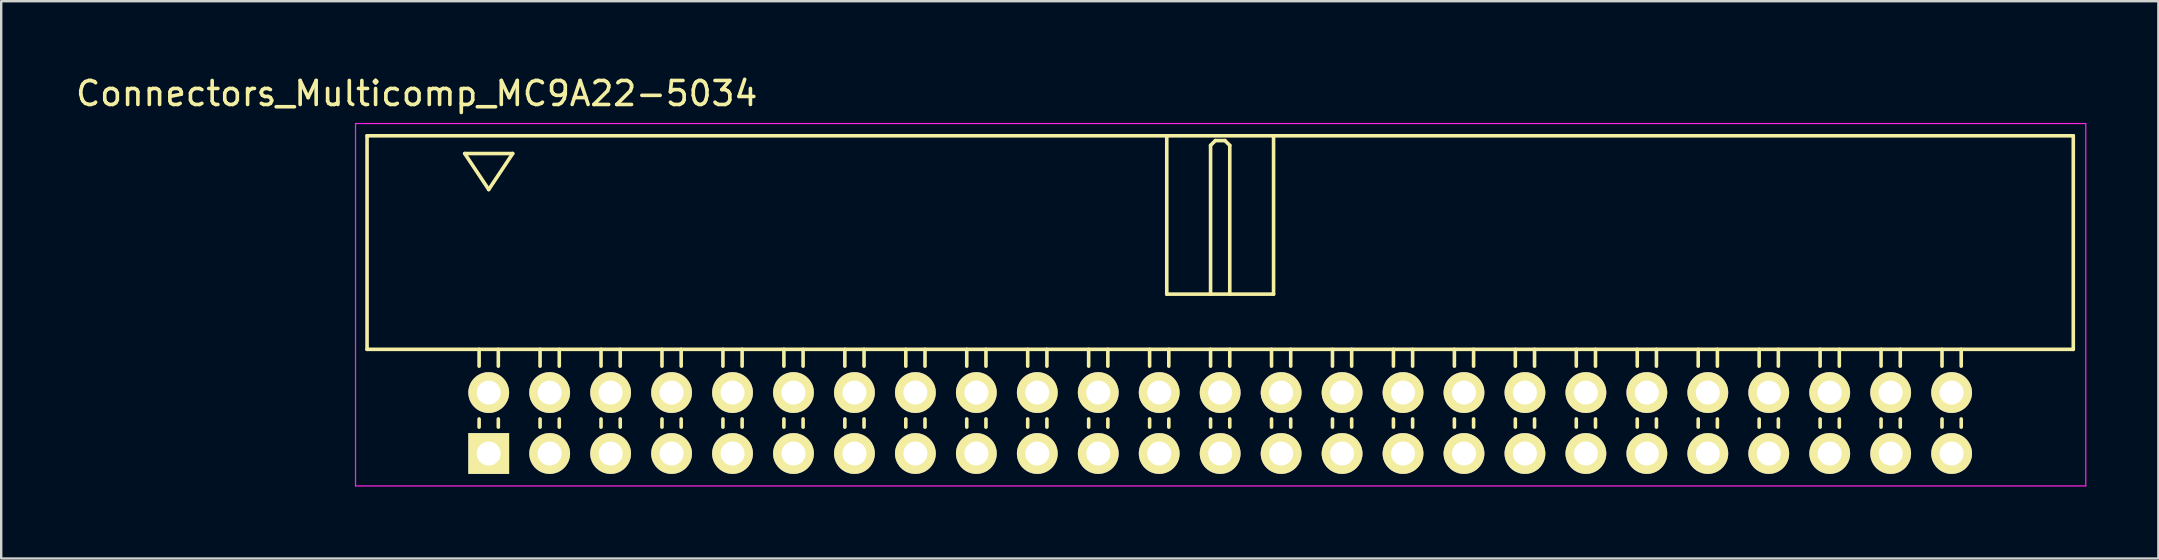
<source format=kicad_pcb>
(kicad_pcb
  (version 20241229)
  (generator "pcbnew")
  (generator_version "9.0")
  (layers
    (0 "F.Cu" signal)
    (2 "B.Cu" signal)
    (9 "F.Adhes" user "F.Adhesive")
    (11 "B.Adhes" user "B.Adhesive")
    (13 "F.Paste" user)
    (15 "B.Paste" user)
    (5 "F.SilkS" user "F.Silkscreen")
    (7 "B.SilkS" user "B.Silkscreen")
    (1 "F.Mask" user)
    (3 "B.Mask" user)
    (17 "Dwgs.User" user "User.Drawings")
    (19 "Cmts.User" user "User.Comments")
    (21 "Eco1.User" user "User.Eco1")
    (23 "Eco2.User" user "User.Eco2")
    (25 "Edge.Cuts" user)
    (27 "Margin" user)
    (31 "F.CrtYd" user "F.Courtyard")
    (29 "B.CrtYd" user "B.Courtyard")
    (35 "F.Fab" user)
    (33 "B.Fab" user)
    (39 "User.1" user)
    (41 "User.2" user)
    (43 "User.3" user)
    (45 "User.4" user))
  (footprint "Connectors_Multicomp_MC9A22-5034"
    (layer "F.Cu")
    (at 17.315 15.848)
    (property "Reference" "Connectors_Multicomp_MC9A22-5034" (at -3 -15 0) (layer "F.SilkS") (effects (font (size 1 1) (thickness 0.15))))
    (attr through_hole)
    (fp_line (start -5.07 -13.24) (end 66.03 -13.24) (stroke (width 0.15) (type solid)) (layer "F.SilkS"))
    (fp_line (start -5.07 -4.34) (end -5.07 -13.24) (stroke (width 0.15) (type solid)) (layer "F.SilkS"))
    (fp_line (start -1 -12.5) (end 1 -12.5) (stroke (width 0.15) (type solid)) (layer "F.SilkS"))
    (fp_line (start -0.4 -3.64) (end -0.4 -4.34) (stroke (width 0.15) (type solid)) (layer "F.SilkS"))
    (fp_line (start -0.4 -1.1) (end -0.4 -1.44) (stroke (width 0.15) (type solid)) (layer "F.SilkS"))
    (fp_line (start 0 -11) (end -1 -12.5) (stroke (width 0.15) (type solid)) (layer "F.SilkS"))
    (fp_line (start 0.4 -3.64) (end 0.4 -4.34) (stroke (width 0.15) (type solid)) (layer "F.SilkS"))
    (fp_line (start 0.4 -1.1) (end 0.4 -1.44) (stroke (width 0.15) (type solid)) (layer "F.SilkS"))
    (fp_line (start 1 -12.5) (end 0 -11) (stroke (width 0.15) (type solid)) (layer "F.SilkS"))
    (fp_line (start 2.14 -3.64) (end 2.14 -4.34) (stroke (width 0.15) (type solid)) (layer "F.SilkS"))
    (fp_line (start 2.14 -1.1) (end 2.14 -1.44) (stroke (width 0.15) (type solid)) (layer "F.SilkS"))
    (fp_line (start 2.94 -3.64) (end 2.94 -4.34) (stroke (width 0.15) (type solid)) (layer "F.SilkS"))
    (fp_line (start 2.94 -1.1) (end 2.94 -1.44) (stroke (width 0.15) (type solid)) (layer "F.SilkS"))
    (fp_line (start 4.68 -3.64) (end 4.68 -4.34) (stroke (width 0.15) (type solid)) (layer "F.SilkS"))
    (fp_line (start 4.68 -1.1) (end 4.68 -1.44) (stroke (width 0.15) (type solid)) (layer "F.SilkS"))
    (fp_line (start 5.48 -3.64) (end 5.48 -4.34) (stroke (width 0.15) (type solid)) (layer "F.SilkS"))
    (fp_line (start 5.48 -1.1) (end 5.48 -1.44) (stroke (width 0.15) (type solid)) (layer "F.SilkS"))
    (fp_line (start 7.22 -3.64) (end 7.22 -4.34) (stroke (width 0.15) (type solid)) (layer "F.SilkS"))
    (fp_line (start 7.22 -1.1) (end 7.22 -1.44) (stroke (width 0.15) (type solid)) (layer "F.SilkS"))
    (fp_line (start 8.02 -3.64) (end 8.02 -4.34) (stroke (width 0.15) (type solid)) (layer "F.SilkS"))
    (fp_line (start 8.02 -1.1) (end 8.02 -1.44) (stroke (width 0.15) (type solid)) (layer "F.SilkS"))
    (fp_line (start 9.76 -3.64) (end 9.76 -4.34) (stroke (width 0.15) (type solid)) (layer "F.SilkS"))
    (fp_line (start 9.76 -1.1) (end 9.76 -1.44) (stroke (width 0.15) (type solid)) (layer "F.SilkS"))
    (fp_line (start 10.56 -3.64) (end 10.56 -4.34) (stroke (width 0.15) (type solid)) (layer "F.SilkS"))
    (fp_line (start 10.56 -1.1) (end 10.56 -1.44) (stroke (width 0.15) (type solid)) (layer "F.SilkS"))
    (fp_line (start 12.3 -3.64) (end 12.3 -4.34) (stroke (width 0.15) (type solid)) (layer "F.SilkS"))
    (fp_line (start 12.3 -1.1) (end 12.3 -1.44) (stroke (width 0.15) (type solid)) (layer "F.SilkS"))
    (fp_line (start 13.1 -3.64) (end 13.1 -4.34) (stroke (width 0.15) (type solid)) (layer "F.SilkS"))
    (fp_line (start 13.1 -1.1) (end 13.1 -1.44) (stroke (width 0.15) (type solid)) (layer "F.SilkS"))
    (fp_line (start 14.84 -3.64) (end 14.84 -4.34) (stroke (width 0.15) (type solid)) (layer "F.SilkS"))
    (fp_line (start 14.84 -1.1) (end 14.84 -1.44) (stroke (width 0.15) (type solid)) (layer "F.SilkS"))
    (fp_line (start 15.64 -3.64) (end 15.64 -4.34) (stroke (width 0.15) (type solid)) (layer "F.SilkS"))
    (fp_line (start 15.64 -1.1) (end 15.64 -1.44) (stroke (width 0.15) (type solid)) (layer "F.SilkS"))
    (fp_line (start 17.38 -3.64) (end 17.38 -4.34) (stroke (width 0.15) (type solid)) (layer "F.SilkS"))
    (fp_line (start 17.38 -1.1) (end 17.38 -1.44) (stroke (width 0.15) (type solid)) (layer "F.SilkS"))
    (fp_line (start 18.18 -3.64) (end 18.18 -4.34) (stroke (width 0.15) (type solid)) (layer "F.SilkS"))
    (fp_line (start 18.18 -1.1) (end 18.18 -1.44) (stroke (width 0.15) (type solid)) (layer "F.SilkS"))
    (fp_line (start 19.92 -3.64) (end 19.92 -4.34) (stroke (width 0.15) (type solid)) (layer "F.SilkS"))
    (fp_line (start 19.92 -1.1) (end 19.92 -1.44) (stroke (width 0.15) (type solid)) (layer "F.SilkS"))
    (fp_line (start 20.72 -3.64) (end 20.72 -4.34) (stroke (width 0.15) (type solid)) (layer "F.SilkS"))
    (fp_line (start 20.72 -1.1) (end 20.72 -1.44) (stroke (width 0.15) (type solid)) (layer "F.SilkS"))
    (fp_line (start 22.46 -3.64) (end 22.46 -4.34) (stroke (width 0.15) (type solid)) (layer "F.SilkS"))
    (fp_line (start 22.46 -1.1) (end 22.46 -1.44) (stroke (width 0.15) (type solid)) (layer "F.SilkS"))
    (fp_line (start 23.26 -3.64) (end 23.26 -4.34) (stroke (width 0.15) (type solid)) (layer "F.SilkS"))
    (fp_line (start 23.26 -1.1) (end 23.26 -1.44) (stroke (width 0.15) (type solid)) (layer "F.SilkS"))
    (fp_line (start 25 -3.64) (end 25 -4.34) (stroke (width 0.15) (type solid)) (layer "F.SilkS"))
    (fp_line (start 25 -1.1) (end 25 -1.44) (stroke (width 0.15) (type solid)) (layer "F.SilkS"))
    (fp_line (start 25.8 -3.64) (end 25.8 -4.34) (stroke (width 0.15) (type solid)) (layer "F.SilkS"))
    (fp_line (start 25.8 -1.1) (end 25.8 -1.44) (stroke (width 0.15) (type solid)) (layer "F.SilkS"))
    (fp_line (start 27.54 -3.64) (end 27.54 -4.34) (stroke (width 0.15) (type solid)) (layer "F.SilkS"))
    (fp_line (start 27.54 -1.1) (end 27.54 -1.44) (stroke (width 0.15) (type solid)) (layer "F.SilkS"))
    (fp_line (start 28.255 -13.24) (end 28.255 -6.64) (stroke (width 0.15) (type solid)) (layer "F.SilkS"))
    (fp_line (start 28.255 -6.64) (end 32.705 -6.64) (stroke (width 0.15) (type solid)) (layer "F.SilkS"))
    (fp_line (start 28.34 -3.64) (end 28.34 -4.34) (stroke (width 0.15) (type solid)) (layer "F.SilkS"))
    (fp_line (start 28.34 -1.1) (end 28.34 -1.44) (stroke (width 0.15) (type solid)) (layer "F.SilkS"))
    (fp_line (start 30.08 -12.84) (end 30.28 -13.04) (stroke (width 0.15) (type solid)) (layer "F.SilkS"))
    (fp_line (start 30.08 -6.64) (end 30.08 -12.84) (stroke (width 0.15) (type solid)) (layer "F.SilkS"))
    (fp_line (start 30.08 -3.64) (end 30.08 -4.34) (stroke (width 0.15) (type solid)) (layer "F.SilkS"))
    (fp_line (start 30.08 -1.1) (end 30.08 -1.44) (stroke (width 0.15) (type solid)) (layer "F.SilkS"))
    (fp_line (start 30.28 -13.04) (end 30.68 -13.04) (stroke (width 0.15) (type solid)) (layer "F.SilkS"))
    (fp_line (start 30.68 -13.04) (end 30.88 -12.84) (stroke (width 0.15) (type solid)) (layer "F.SilkS"))
    (fp_line (start 30.88 -12.84) (end 30.88 -6.64) (stroke (width 0.15) (type solid)) (layer "F.SilkS"))
    (fp_line (start 30.88 -3.64) (end 30.88 -4.34) (stroke (width 0.15) (type solid)) (layer "F.SilkS"))
    (fp_line (start 30.88 -1.1) (end 30.88 -1.44) (stroke (width 0.15) (type solid)) (layer "F.SilkS"))
    (fp_line (start 32.62 -3.64) (end 32.62 -4.34) (stroke (width 0.15) (type solid)) (layer "F.SilkS"))
    (fp_line (start 32.62 -1.1) (end 32.62 -1.44) (stroke (width 0.15) (type solid)) (layer "F.SilkS"))
    (fp_line (start 32.705 -6.64) (end 32.705 -13.24) (stroke (width 0.15) (type solid)) (layer "F.SilkS"))
    (fp_line (start 33.42 -3.64) (end 33.42 -4.34) (stroke (width 0.15) (type solid)) (layer "F.SilkS"))
    (fp_line (start 33.42 -1.1) (end 33.42 -1.44) (stroke (width 0.15) (type solid)) (layer "F.SilkS"))
    (fp_line (start 35.16 -3.64) (end 35.16 -4.34) (stroke (width 0.15) (type solid)) (layer "F.SilkS"))
    (fp_line (start 35.16 -1.1) (end 35.16 -1.44) (stroke (width 0.15) (type solid)) (layer "F.SilkS"))
    (fp_line (start 35.96 -3.64) (end 35.96 -4.34) (stroke (width 0.15) (type solid)) (layer "F.SilkS"))
    (fp_line (start 35.96 -1.1) (end 35.96 -1.44) (stroke (width 0.15) (type solid)) (layer "F.SilkS"))
    (fp_line (start 37.7 -3.64) (end 37.7 -4.34) (stroke (width 0.15) (type solid)) (layer "F.SilkS"))
    (fp_line (start 37.7 -1.1) (end 37.7 -1.44) (stroke (width 0.15) (type solid)) (layer "F.SilkS"))
    (fp_line (start 38.5 -3.64) (end 38.5 -4.34) (stroke (width 0.15) (type solid)) (layer "F.SilkS"))
    (fp_line (start 38.5 -1.1) (end 38.5 -1.44) (stroke (width 0.15) (type solid)) (layer "F.SilkS"))
    (fp_line (start 40.24 -3.64) (end 40.24 -4.34) (stroke (width 0.15) (type solid)) (layer "F.SilkS"))
    (fp_line (start 40.24 -1.1) (end 40.24 -1.44) (stroke (width 0.15) (type solid)) (layer "F.SilkS"))
    (fp_line (start 41.04 -3.64) (end 41.04 -4.34) (stroke (width 0.15) (type solid)) (layer "F.SilkS"))
    (fp_line (start 41.04 -1.1) (end 41.04 -1.44) (stroke (width 0.15) (type solid)) (layer "F.SilkS"))
    (fp_line (start 42.78 -3.64) (end 42.78 -4.34) (stroke (width 0.15) (type solid)) (layer "F.SilkS"))
    (fp_line (start 42.78 -1.1) (end 42.78 -1.44) (stroke (width 0.15) (type solid)) (layer "F.SilkS"))
    (fp_line (start 43.58 -3.64) (end 43.58 -4.34) (stroke (width 0.15) (type solid)) (layer "F.SilkS"))
    (fp_line (start 43.58 -1.1) (end 43.58 -1.44) (stroke (width 0.15) (type solid)) (layer "F.SilkS"))
    (fp_line (start 45.32 -3.64) (end 45.32 -4.34) (stroke (width 0.15) (type solid)) (layer "F.SilkS"))
    (fp_line (start 45.32 -1.1) (end 45.32 -1.44) (stroke (width 0.15) (type solid)) (layer "F.SilkS"))
    (fp_line (start 46.12 -3.64) (end 46.12 -4.34) (stroke (width 0.15) (type solid)) (layer "F.SilkS"))
    (fp_line (start 46.12 -1.1) (end 46.12 -1.44) (stroke (width 0.15) (type solid)) (layer "F.SilkS"))
    (fp_line (start 47.86 -3.64) (end 47.86 -4.34) (stroke (width 0.15) (type solid)) (layer "F.SilkS"))
    (fp_line (start 47.86 -1.1) (end 47.86 -1.44) (stroke (width 0.15) (type solid)) (layer "F.SilkS"))
    (fp_line (start 48.66 -3.64) (end 48.66 -4.34) (stroke (width 0.15) (type solid)) (layer "F.SilkS"))
    (fp_line (start 48.66 -1.1) (end 48.66 -1.44) (stroke (width 0.15) (type solid)) (layer "F.SilkS"))
    (fp_line (start 50.4 -3.64) (end 50.4 -4.34) (stroke (width 0.15) (type solid)) (layer "F.SilkS"))
    (fp_line (start 50.4 -1.1) (end 50.4 -1.44) (stroke (width 0.15) (type solid)) (layer "F.SilkS"))
    (fp_line (start 51.2 -3.64) (end 51.2 -4.34) (stroke (width 0.15) (type solid)) (layer "F.SilkS"))
    (fp_line (start 51.2 -1.1) (end 51.2 -1.44) (stroke (width 0.15) (type solid)) (layer "F.SilkS"))
    (fp_line (start 52.94 -3.64) (end 52.94 -4.34) (stroke (width 0.15) (type solid)) (layer "F.SilkS"))
    (fp_line (start 52.94 -1.1) (end 52.94 -1.44) (stroke (width 0.15) (type solid)) (layer "F.SilkS"))
    (fp_line (start 53.74 -3.64) (end 53.74 -4.34) (stroke (width 0.15) (type solid)) (layer "F.SilkS"))
    (fp_line (start 53.74 -1.1) (end 53.74 -1.44) (stroke (width 0.15) (type solid)) (layer "F.SilkS"))
    (fp_line (start 55.48 -3.64) (end 55.48 -4.34) (stroke (width 0.15) (type solid)) (layer "F.SilkS"))
    (fp_line (start 55.48 -1.1) (end 55.48 -1.44) (stroke (width 0.15) (type solid)) (layer "F.SilkS"))
    (fp_line (start 56.28 -3.64) (end 56.28 -4.34) (stroke (width 0.15) (type solid)) (layer "F.SilkS"))
    (fp_line (start 56.28 -1.1) (end 56.28 -1.44) (stroke (width 0.15) (type solid)) (layer "F.SilkS"))
    (fp_line (start 58.02 -3.64) (end 58.02 -4.34) (stroke (width 0.15) (type solid)) (layer "F.SilkS"))
    (fp_line (start 58.02 -1.1) (end 58.02 -1.44) (stroke (width 0.15) (type solid)) (layer "F.SilkS"))
    (fp_line (start 58.82 -3.64) (end 58.82 -4.34) (stroke (width 0.15) (type solid)) (layer "F.SilkS"))
    (fp_line (start 58.82 -1.1) (end 58.82 -1.44) (stroke (width 0.15) (type solid)) (layer "F.SilkS"))
    (fp_line (start 60.56 -3.64) (end 60.56 -4.34) (stroke (width 0.15) (type solid)) (layer "F.SilkS"))
    (fp_line (start 60.56 -1.1) (end 60.56 -1.44) (stroke (width 0.15) (type solid)) (layer "F.SilkS"))
    (fp_line (start 61.36 -3.64) (end 61.36 -4.34) (stroke (width 0.15) (type solid)) (layer "F.SilkS"))
    (fp_line (start 61.36 -1.1) (end 61.36 -1.44) (stroke (width 0.15) (type solid)) (layer "F.SilkS"))
    (fp_line (start 66.03 -13.24) (end 66.03 -4.34) (stroke (width 0.15) (type solid)) (layer "F.SilkS"))
    (fp_line (start 66.03 -4.34) (end -5.07 -4.34) (stroke (width 0.15) (type solid)) (layer "F.SilkS"))
    (fp_line (start -5.55 -13.75) (end 66.55 -13.75) (stroke (width 0.05) (type solid)) (layer "F.CrtYd"))
    (fp_line (start -5.55 1.35) (end -5.55 -13.75) (stroke (width 0.05) (type solid)) (layer "F.CrtYd"))
    (fp_line (start 66.55 -13.75) (end 66.55 1.35) (stroke (width 0.05) (type solid)) (layer "F.CrtYd"))
    (fp_line (start 66.55 1.35) (end -5.55 1.35) (stroke (width 0.05) (type solid)) (layer "F.CrtYd"))
    (pad "1" thru_hole rect (at 0 0) (size 1.7 1.7) (drill 1) (layers "*.Cu" "*.Mask" "F.SilkS"))
    (pad "2" thru_hole circle (at 0 -2.54) (size 1.7 1.7) (drill 1) (layers "*.Cu" "*.Mask" "F.SilkS"))
    (pad "3" thru_hole circle (at 2.54 0) (size 1.7 1.7) (drill 1) (layers "*.Cu" "*.Mask" "F.SilkS"))
    (pad "4" thru_hole circle (at 2.54 -2.54) (size 1.7 1.7) (drill 1) (layers "*.Cu" "*.Mask" "F.SilkS"))
    (pad "5" thru_hole circle (at 5.08 0) (size 1.7 1.7) (drill 1) (layers "*.Cu" "*.Mask" "F.SilkS"))
    (pad "6" thru_hole circle (at 5.08 -2.54) (size 1.7 1.7) (drill 1) (layers "*.Cu" "*.Mask" "F.SilkS"))
    (pad "7" thru_hole circle (at 7.62 0) (size 1.7 1.7) (drill 1) (layers "*.Cu" "*.Mask" "F.SilkS"))
    (pad "8" thru_hole circle (at 7.62 -2.54) (size 1.7 1.7) (drill 1) (layers "*.Cu" "*.Mask" "F.SilkS"))
    (pad "9" thru_hole circle (at 10.16 0) (size 1.7 1.7) (drill 1) (layers "*.Cu" "*.Mask" "F.SilkS"))
    (pad "10" thru_hole circle (at 10.16 -2.54) (size 1.7 1.7) (drill 1) (layers "*.Cu" "*.Mask" "F.SilkS"))
    (pad "11" thru_hole circle (at 12.7 0) (size 1.7 1.7) (drill 1) (layers "*.Cu" "*.Mask" "F.SilkS"))
    (pad "12" thru_hole circle (at 12.7 -2.54) (size 1.7 1.7) (drill 1) (layers "*.Cu" "*.Mask" "F.SilkS"))
    (pad "13" thru_hole circle (at 15.24 0) (size 1.7 1.7) (drill 1) (layers "*.Cu" "*.Mask" "F.SilkS"))
    (pad "14" thru_hole circle (at 15.24 -2.54) (size 1.7 1.7) (drill 1) (layers "*.Cu" "*.Mask" "F.SilkS"))
    (pad "15" thru_hole circle (at 17.78 0) (size 1.7 1.7) (drill 1) (layers "*.Cu" "*.Mask" "F.SilkS"))
    (pad "16" thru_hole circle (at 17.78 -2.54) (size 1.7 1.7) (drill 1) (layers "*.Cu" "*.Mask" "F.SilkS"))
    (pad "17" thru_hole circle (at 20.32 0) (size 1.7 1.7) (drill 1) (layers "*.Cu" "*.Mask" "F.SilkS"))
    (pad "18" thru_hole circle (at 20.32 -2.54) (size 1.7 1.7) (drill 1) (layers "*.Cu" "*.Mask" "F.SilkS"))
    (pad "19" thru_hole circle (at 22.86 0) (size 1.7 1.7) (drill 1) (layers "*.Cu" "*.Mask" "F.SilkS"))
    (pad "20" thru_hole circle (at 22.86 -2.54) (size 1.7 1.7) (drill 1) (layers "*.Cu" "*.Mask" "F.SilkS"))
    (pad "21" thru_hole circle (at 25.4 0) (size 1.7 1.7) (drill 1) (layers "*.Cu" "*.Mask" "F.SilkS"))
    (pad "22" thru_hole circle (at 25.4 -2.54) (size 1.7 1.7) (drill 1) (layers "*.Cu" "*.Mask" "F.SilkS"))
    (pad "23" thru_hole circle (at 27.94 0) (size 1.7 1.7) (drill 1) (layers "*.Cu" "*.Mask" "F.SilkS"))
    (pad "24" thru_hole circle (at 27.94 -2.54) (size 1.7 1.7) (drill 1) (layers "*.Cu" "*.Mask" "F.SilkS"))
    (pad "25" thru_hole circle (at 30.48 0) (size 1.7 1.7) (drill 1) (layers "*.Cu" "*.Mask" "F.SilkS"))
    (pad "26" thru_hole circle (at 30.48 -2.54) (size 1.7 1.7) (drill 1) (layers "*.Cu" "*.Mask" "F.SilkS"))
    (pad "27" thru_hole circle (at 33.02 0) (size 1.7 1.7) (drill 1) (layers "*.Cu" "*.Mask" "F.SilkS"))
    (pad "28" thru_hole circle (at 33.02 -2.54) (size 1.7 1.7) (drill 1) (layers "*.Cu" "*.Mask" "F.SilkS"))
    (pad "29" thru_hole circle (at 35.56 0) (size 1.7 1.7) (drill 1) (layers "*.Cu" "*.Mask" "F.SilkS"))
    (pad "30" thru_hole circle (at 35.56 -2.54) (size 1.7 1.7) (drill 1) (layers "*.Cu" "*.Mask" "F.SilkS"))
    (pad "31" thru_hole circle (at 38.1 0) (size 1.7 1.7) (drill 1) (layers "*.Cu" "*.Mask" "F.SilkS"))
    (pad "32" thru_hole circle (at 38.1 -2.54) (size 1.7 1.7) (drill 1) (layers "*.Cu" "*.Mask" "F.SilkS"))
    (pad "33" thru_hole circle (at 40.64 0) (size 1.7 1.7) (drill 1) (layers "*.Cu" "*.Mask" "F.SilkS"))
    (pad "34" thru_hole circle (at 40.64 -2.54) (size 1.7 1.7) (drill 1) (layers "*.Cu" "*.Mask" "F.SilkS"))
    (pad "35" thru_hole circle (at 43.18 0) (size 1.7 1.7) (drill 1) (layers "*.Cu" "*.Mask" "F.SilkS"))
    (pad "36" thru_hole circle (at 43.18 -2.54) (size 1.7 1.7) (drill 1) (layers "*.Cu" "*.Mask" "F.SilkS"))
    (pad "37" thru_hole circle (at 45.72 0) (size 1.7 1.7) (drill 1) (layers "*.Cu" "*.Mask" "F.SilkS"))
    (pad "38" thru_hole circle (at 45.72 -2.54) (size 1.7 1.7) (drill 1) (layers "*.Cu" "*.Mask" "F.SilkS"))
    (pad "39" thru_hole circle (at 48.26 0) (size 1.7 1.7) (drill 1) (layers "*.Cu" "*.Mask" "F.SilkS"))
    (pad "40" thru_hole circle (at 48.26 -2.54) (size 1.7 1.7) (drill 1) (layers "*.Cu" "*.Mask" "F.SilkS"))
    (pad "41" thru_hole circle (at 50.8 0) (size 1.7 1.7) (drill 1) (layers "*.Cu" "*.Mask" "F.SilkS"))
    (pad "42" thru_hole circle (at 50.8 -2.54) (size 1.7 1.7) (drill 1) (layers "*.Cu" "*.Mask" "F.SilkS"))
    (pad "43" thru_hole circle (at 53.34 0) (size 1.7 1.7) (drill 1) (layers "*.Cu" "*.Mask" "F.SilkS"))
    (pad "44" thru_hole circle (at 53.34 -2.54) (size 1.7 1.7) (drill 1) (layers "*.Cu" "*.Mask" "F.SilkS"))
    (pad "45" thru_hole circle (at 55.88 0) (size 1.7 1.7) (drill 1) (layers "*.Cu" "*.Mask" "F.SilkS"))
    (pad "46" thru_hole circle (at 55.88 -2.54) (size 1.7 1.7) (drill 1) (layers "*.Cu" "*.Mask" "F.SilkS"))
    (pad "47" thru_hole circle (at 58.42 0) (size 1.7 1.7) (drill 1) (layers "*.Cu" "*.Mask" "F.SilkS"))
    (pad "48" thru_hole circle (at 58.42 -2.54) (size 1.7 1.7) (drill 1) (layers "*.Cu" "*.Mask" "F.SilkS"))
    (pad "49" thru_hole circle (at 60.96 0) (size 1.7 1.7) (drill 1) (layers "*.Cu" "*.Mask" "F.SilkS"))
    (pad "50" thru_hole circle (at 60.96 -2.54) (size 1.7 1.7) (drill 1) (layers "*.Cu" "*.Mask" "F.SilkS")))
  (gr_rect
    (start -3 -3)
    (end 86.89 20.223)
    (stroke (width 0.1) (type default))
    (fill no)
    (layer "Edge.Cuts")))
</source>
